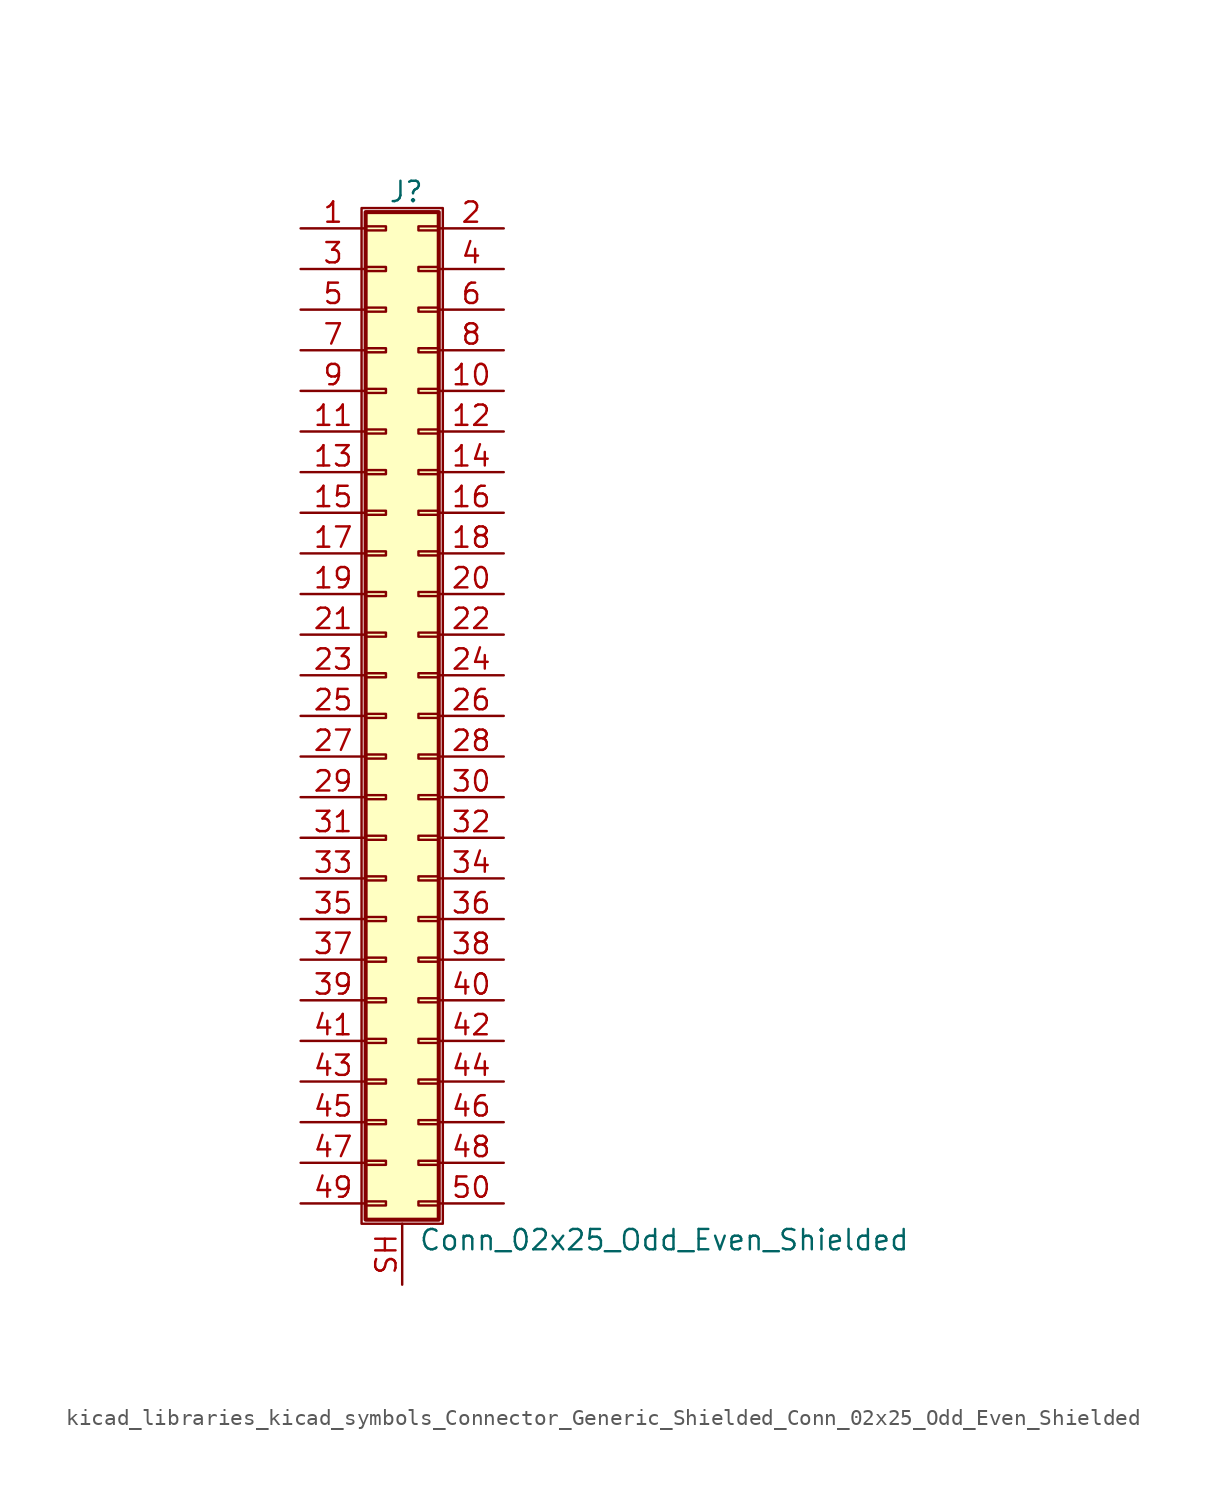
<source format=kicad_sym>
(kicad_symbol_lib
  (version 20220914)
  (generator kicad_symbol_editor)
  (symbol "kicad_libraries_kicad_symbols_Connector_Generic_Shielded_Conn_02x25_Odd_Even_Shielded"
    (pin_names
      (offset 1.016) hide)
    (property "Reference" "J"
      (at 1.524 32.766 0)
      (effects (font (size 1.27 1.27))))
    (property "Value" "Conn_02x25_Odd_Even_Shielded"
      (at 2.286 -32.766 0)
      (effects (font (size 1.27 1.27)) (justify left)))
    (symbol "kicad_libraries_kicad_symbols_Connector_Generic_Shielded_Conn_02x25_Odd_Even_Shielded_1_1"
      (rectangle (start -1.27 31.75) (end 3.81 -31.75) (stroke (width 0.152) (type default)) (fill (type none)))
      (rectangle (start -1.016 -30.353) (end 0.254 -30.607) (stroke (width 0.152) (type default)) (fill (type none)))
      (rectangle (start -1.016 -27.813) (end 0.254 -28.067) (stroke (width 0.152) (type default)) (fill (type none)))
      (rectangle (start -1.016 -25.273) (end 0.254 -25.527) (stroke (width 0.152) (type default)) (fill (type none)))
      (rectangle (start -1.016 -22.733) (end 0.254 -22.987) (stroke (width 0.152) (type default)) (fill (type none)))
      (rectangle (start -1.016 -20.193) (end 0.254 -20.447) (stroke (width 0.152) (type default)) (fill (type none)))
      (rectangle (start -1.016 -17.653) (end 0.254 -17.907) (stroke (width 0.152) (type default)) (fill (type none)))
      (rectangle (start -1.016 -15.113) (end 0.254 -15.367) (stroke (width 0.152) (type default)) (fill (type none)))
      (rectangle (start -1.016 -12.573) (end 0.254 -12.827) (stroke (width 0.152) (type default)) (fill (type none)))
      (rectangle (start -1.016 -10.033) (end 0.254 -10.287) (stroke (width 0.152) (type default)) (fill (type none)))
      (rectangle (start -1.016 -7.493) (end 0.254 -7.747) (stroke (width 0.152) (type default)) (fill (type none)))
      (rectangle (start -1.016 -4.953) (end 0.254 -5.207) (stroke (width 0.152) (type default)) (fill (type none)))
      (rectangle (start -1.016 -2.413) (end 0.254 -2.667) (stroke (width 0.152) (type default)) (fill (type none)))
      (rectangle (start -1.016 0.127) (end 0.254 -0.127) (stroke (width 0.152) (type default)) (fill (type none)))
      (rectangle (start -1.016 2.667) (end 0.254 2.413) (stroke (width 0.152) (type default)) (fill (type none)))
      (rectangle (start -1.016 5.207) (end 0.254 4.953) (stroke (width 0.152) (type default)) (fill (type none)))
      (rectangle (start -1.016 7.747) (end 0.254 7.493) (stroke (width 0.152) (type default)) (fill (type none)))
      (rectangle (start -1.016 10.287) (end 0.254 10.033) (stroke (width 0.152) (type default)) (fill (type none)))
      (rectangle (start -1.016 12.827) (end 0.254 12.573) (stroke (width 0.152) (type default)) (fill (type none)))
      (rectangle (start -1.016 15.367) (end 0.254 15.113) (stroke (width 0.152) (type default)) (fill (type none)))
      (rectangle (start -1.016 17.907) (end 0.254 17.653) (stroke (width 0.152) (type default)) (fill (type none)))
      (rectangle (start -1.016 20.447) (end 0.254 20.193) (stroke (width 0.152) (type default)) (fill (type none)))
      (rectangle (start -1.016 22.987) (end 0.254 22.733) (stroke (width 0.152) (type default)) (fill (type none)))
      (rectangle (start -1.016 25.527) (end 0.254 25.273) (stroke (width 0.152) (type default)) (fill (type none)))
      (rectangle (start -1.016 28.067) (end 0.254 27.813) (stroke (width 0.152) (type default)) (fill (type none)))
      (rectangle (start -1.016 30.607) (end 0.254 30.353) (stroke (width 0.152) (type default)) (fill (type none)))
      (rectangle (start -1.016 31.496) (end 3.556 -31.496) (stroke (width 0.254) (type default)) (fill (type background)))
      (rectangle (start 3.556 -30.353) (end 2.286 -30.607) (stroke (width 0.152) (type default)) (fill (type none)))
      (rectangle (start 3.556 -27.813) (end 2.286 -28.067) (stroke (width 0.152) (type default)) (fill (type none)))
      (rectangle (start 3.556 -25.273) (end 2.286 -25.527) (stroke (width 0.152) (type default)) (fill (type none)))
      (rectangle (start 3.556 -22.733) (end 2.286 -22.987) (stroke (width 0.152) (type default)) (fill (type none)))
      (rectangle (start 3.556 -20.193) (end 2.286 -20.447) (stroke (width 0.152) (type default)) (fill (type none)))
      (rectangle (start 3.556 -17.653) (end 2.286 -17.907) (stroke (width 0.152) (type default)) (fill (type none)))
      (rectangle (start 3.556 -15.113) (end 2.286 -15.367) (stroke (width 0.152) (type default)) (fill (type none)))
      (rectangle (start 3.556 -12.573) (end 2.286 -12.827) (stroke (width 0.152) (type default)) (fill (type none)))
      (rectangle (start 3.556 -10.033) (end 2.286 -10.287) (stroke (width 0.152) (type default)) (fill (type none)))
      (rectangle (start 3.556 -7.493) (end 2.286 -7.747) (stroke (width 0.152) (type default)) (fill (type none)))
      (rectangle (start 3.556 -4.953) (end 2.286 -5.207) (stroke (width 0.152) (type default)) (fill (type none)))
      (rectangle (start 3.556 -2.413) (end 2.286 -2.667) (stroke (width 0.152) (type default)) (fill (type none)))
      (rectangle (start 3.556 0.127) (end 2.286 -0.127) (stroke (width 0.152) (type default)) (fill (type none)))
      (rectangle (start 3.556 2.667) (end 2.286 2.413) (stroke (width 0.152) (type default)) (fill (type none)))
      (rectangle (start 3.556 5.207) (end 2.286 4.953) (stroke (width 0.152) (type default)) (fill (type none)))
      (rectangle (start 3.556 7.747) (end 2.286 7.493) (stroke (width 0.152) (type default)) (fill (type none)))
      (rectangle (start 3.556 10.287) (end 2.286 10.033) (stroke (width 0.152) (type default)) (fill (type none)))
      (rectangle (start 3.556 12.827) (end 2.286 12.573) (stroke (width 0.152) (type default)) (fill (type none)))
      (rectangle (start 3.556 15.367) (end 2.286 15.113) (stroke (width 0.152) (type default)) (fill (type none)))
      (rectangle (start 3.556 17.907) (end 2.286 17.653) (stroke (width 0.152) (type default)) (fill (type none)))
      (rectangle (start 3.556 20.447) (end 2.286 20.193) (stroke (width 0.152) (type default)) (fill (type none)))
      (rectangle (start 3.556 22.987) (end 2.286 22.733) (stroke (width 0.152) (type default)) (fill (type none)))
      (rectangle (start 3.556 25.527) (end 2.286 25.273) (stroke (width 0.152) (type default)) (fill (type none)))
      (rectangle (start 3.556 28.067) (end 2.286 27.813) (stroke (width 0.152) (type default)) (fill (type none)))
      (rectangle (start 3.556 30.607) (end 2.286 30.353) (stroke (width 0.152) (type default)) (fill (type none)))
      (pin passive line (at -5.08 30.48 0) (length 4.064) (name "Pin_1" (effects (font (size 1.27 1.27)))) (number "1" (effects (font (size 1.27 1.27)))))
      (pin passive line (at 7.62 20.32 180) (length 4.064) (name "Pin_10" (effects (font (size 1.27 1.27)))) (number "10" (effects (font (size 1.27 1.27)))))
      (pin passive line (at -5.08 17.78 0) (length 4.064) (name "Pin_11" (effects (font (size 1.27 1.27)))) (number "11" (effects (font (size 1.27 1.27)))))
      (pin passive line (at 7.62 17.78 180) (length 4.064) (name "Pin_12" (effects (font (size 1.27 1.27)))) (number "12" (effects (font (size 1.27 1.27)))))
      (pin passive line (at -5.08 15.24 0) (length 4.064) (name "Pin_13" (effects (font (size 1.27 1.27)))) (number "13" (effects (font (size 1.27 1.27)))))
      (pin passive line (at 7.62 15.24 180) (length 4.064) (name "Pin_14" (effects (font (size 1.27 1.27)))) (number "14" (effects (font (size 1.27 1.27)))))
      (pin passive line (at -5.08 12.7 0) (length 4.064) (name "Pin_15" (effects (font (size 1.27 1.27)))) (number "15" (effects (font (size 1.27 1.27)))))
      (pin passive line (at 7.62 12.7 180) (length 4.064) (name "Pin_16" (effects (font (size 1.27 1.27)))) (number "16" (effects (font (size 1.27 1.27)))))
      (pin passive line (at -5.08 10.16 0) (length 4.064) (name "Pin_17" (effects (font (size 1.27 1.27)))) (number "17" (effects (font (size 1.27 1.27)))))
      (pin passive line (at 7.62 10.16 180) (length 4.064) (name "Pin_18" (effects (font (size 1.27 1.27)))) (number "18" (effects (font (size 1.27 1.27)))))
      (pin passive line (at -5.08 7.62 0) (length 4.064) (name "Pin_19" (effects (font (size 1.27 1.27)))) (number "19" (effects (font (size 1.27 1.27)))))
      (pin passive line (at 7.62 30.48 180) (length 4.064) (name "Pin_2" (effects (font (size 1.27 1.27)))) (number "2" (effects (font (size 1.27 1.27)))))
      (pin passive line (at 7.62 7.62 180) (length 4.064) (name "Pin_20" (effects (font (size 1.27 1.27)))) (number "20" (effects (font (size 1.27 1.27)))))
      (pin passive line (at -5.08 5.08 0) (length 4.064) (name "Pin_21" (effects (font (size 1.27 1.27)))) (number "21" (effects (font (size 1.27 1.27)))))
      (pin passive line (at 7.62 5.08 180) (length 4.064) (name "Pin_22" (effects (font (size 1.27 1.27)))) (number "22" (effects (font (size 1.27 1.27)))))
      (pin passive line (at -5.08 2.54 0) (length 4.064) (name "Pin_23" (effects (font (size 1.27 1.27)))) (number "23" (effects (font (size 1.27 1.27)))))
      (pin passive line (at 7.62 2.54 180) (length 4.064) (name "Pin_24" (effects (font (size 1.27 1.27)))) (number "24" (effects (font (size 1.27 1.27)))))
      (pin passive line (at -5.08 0 0) (length 4.064) (name "Pin_25" (effects (font (size 1.27 1.27)))) (number "25" (effects (font (size 1.27 1.27)))))
      (pin passive line (at 7.62 0 180) (length 4.064) (name "Pin_26" (effects (font (size 1.27 1.27)))) (number "26" (effects (font (size 1.27 1.27)))))
      (pin passive line (at -5.08 -2.54 0) (length 4.064) (name "Pin_27" (effects (font (size 1.27 1.27)))) (number "27" (effects (font (size 1.27 1.27)))))
      (pin passive line (at 7.62 -2.54 180) (length 4.064) (name "Pin_28" (effects (font (size 1.27 1.27)))) (number "28" (effects (font (size 1.27 1.27)))))
      (pin passive line (at -5.08 -5.08 0) (length 4.064) (name "Pin_29" (effects (font (size 1.27 1.27)))) (number "29" (effects (font (size 1.27 1.27)))))
      (pin passive line (at -5.08 27.94 0) (length 4.064) (name "Pin_3" (effects (font (size 1.27 1.27)))) (number "3" (effects (font (size 1.27 1.27)))))
      (pin passive line (at 7.62 -5.08 180) (length 4.064) (name "Pin_30" (effects (font (size 1.27 1.27)))) (number "30" (effects (font (size 1.27 1.27)))))
      (pin passive line (at -5.08 -7.62 0) (length 4.064) (name "Pin_31" (effects (font (size 1.27 1.27)))) (number "31" (effects (font (size 1.27 1.27)))))
      (pin passive line (at 7.62 -7.62 180) (length 4.064) (name "Pin_32" (effects (font (size 1.27 1.27)))) (number "32" (effects (font (size 1.27 1.27)))))
      (pin passive line (at -5.08 -10.16 0) (length 4.064) (name "Pin_33" (effects (font (size 1.27 1.27)))) (number "33" (effects (font (size 1.27 1.27)))))
      (pin passive line (at 7.62 -10.16 180) (length 4.064) (name "Pin_34" (effects (font (size 1.27 1.27)))) (number "34" (effects (font (size 1.27 1.27)))))
      (pin passive line (at -5.08 -12.7 0) (length 4.064) (name "Pin_35" (effects (font (size 1.27 1.27)))) (number "35" (effects (font (size 1.27 1.27)))))
      (pin passive line (at 7.62 -12.7 180) (length 4.064) (name "Pin_36" (effects (font (size 1.27 1.27)))) (number "36" (effects (font (size 1.27 1.27)))))
      (pin passive line (at -5.08 -15.24 0) (length 4.064) (name "Pin_37" (effects (font (size 1.27 1.27)))) (number "37" (effects (font (size 1.27 1.27)))))
      (pin passive line (at 7.62 -15.24 180) (length 4.064) (name "Pin_38" (effects (font (size 1.27 1.27)))) (number "38" (effects (font (size 1.27 1.27)))))
      (pin passive line (at -5.08 -17.78 0) (length 4.064) (name "Pin_39" (effects (font (size 1.27 1.27)))) (number "39" (effects (font (size 1.27 1.27)))))
      (pin passive line (at 7.62 27.94 180) (length 4.064) (name "Pin_4" (effects (font (size 1.27 1.27)))) (number "4" (effects (font (size 1.27 1.27)))))
      (pin passive line (at 7.62 -17.78 180) (length 4.064) (name "Pin_40" (effects (font (size 1.27 1.27)))) (number "40" (effects (font (size 1.27 1.27)))))
      (pin passive line (at -5.08 -20.32 0) (length 4.064) (name "Pin_41" (effects (font (size 1.27 1.27)))) (number "41" (effects (font (size 1.27 1.27)))))
      (pin passive line (at 7.62 -20.32 180) (length 4.064) (name "Pin_42" (effects (font (size 1.27 1.27)))) (number "42" (effects (font (size 1.27 1.27)))))
      (pin passive line (at -5.08 -22.86 0) (length 4.064) (name "Pin_43" (effects (font (size 1.27 1.27)))) (number "43" (effects (font (size 1.27 1.27)))))
      (pin passive line (at 7.62 -22.86 180) (length 4.064) (name "Pin_44" (effects (font (size 1.27 1.27)))) (number "44" (effects (font (size 1.27 1.27)))))
      (pin passive line (at -5.08 -25.4 0) (length 4.064) (name "Pin_45" (effects (font (size 1.27 1.27)))) (number "45" (effects (font (size 1.27 1.27)))))
      (pin passive line (at 7.62 -25.4 180) (length 4.064) (name "Pin_46" (effects (font (size 1.27 1.27)))) (number "46" (effects (font (size 1.27 1.27)))))
      (pin passive line (at -5.08 -27.94 0) (length 4.064) (name "Pin_47" (effects (font (size 1.27 1.27)))) (number "47" (effects (font (size 1.27 1.27)))))
      (pin passive line (at 7.62 -27.94 180) (length 4.064) (name "Pin_48" (effects (font (size 1.27 1.27)))) (number "48" (effects (font (size 1.27 1.27)))))
      (pin passive line (at -5.08 -30.48 0) (length 4.064) (name "Pin_49" (effects (font (size 1.27 1.27)))) (number "49" (effects (font (size 1.27 1.27)))))
      (pin passive line (at -5.08 25.4 0) (length 4.064) (name "Pin_5" (effects (font (size 1.27 1.27)))) (number "5" (effects (font (size 1.27 1.27)))))
      (pin passive line (at 7.62 -30.48 180) (length 4.064) (name "Pin_50" (effects (font (size 1.27 1.27)))) (number "50" (effects (font (size 1.27 1.27)))))
      (pin passive line (at 7.62 25.4 180) (length 4.064) (name "Pin_6" (effects (font (size 1.27 1.27)))) (number "6" (effects (font (size 1.27 1.27)))))
      (pin passive line (at -5.08 22.86 0) (length 4.064) (name "Pin_7" (effects (font (size 1.27 1.27)))) (number "7" (effects (font (size 1.27 1.27)))))
      (pin passive line (at 7.62 22.86 180) (length 4.064) (name "Pin_8" (effects (font (size 1.27 1.27)))) (number "8" (effects (font (size 1.27 1.27)))))
      (pin passive line (at -5.08 20.32 0) (length 4.064) (name "Pin_9" (effects (font (size 1.27 1.27)))) (number "9" (effects (font (size 1.27 1.27)))))
      (pin passive line (at 1.27 -35.56 90) (length 3.81) (name "Shield" (effects (font (size 1.27 1.27)))) (number "SH" (effects (font (size 1.27 1.27))))))))
</source>
